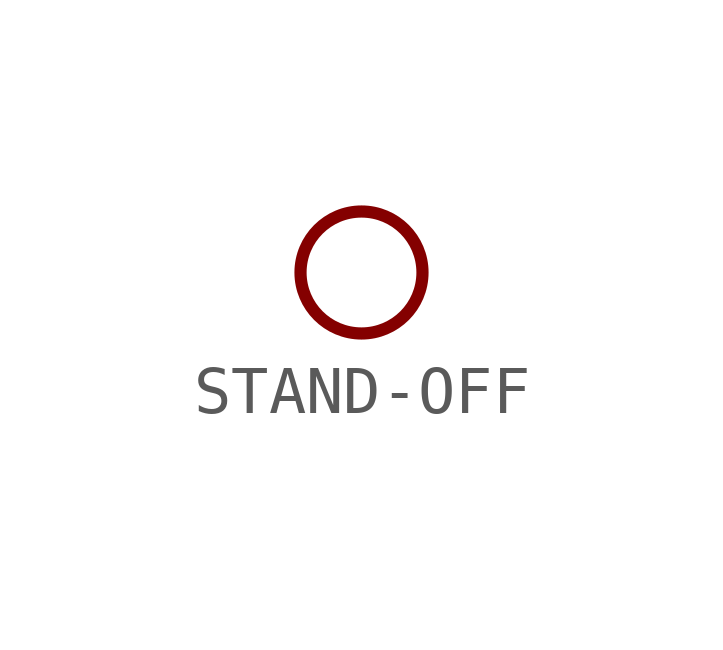
<source format=kicad_sym>
(kicad_symbol_lib
  (version 20231120)
  (generator "kicad_symbol_editor")
  (generator_version "8.0")
  (symbol "STAND-OFF"
    (property "Reference" "STANDOFF"
      (at 0 0 0)
      (effects (font (size 1.27 1.27)) (hide yes)))
    (property "ki_locked" ""
      (at 0 0 0)
      (effects (font (size 1.27 1.27))))
    (symbol "STAND-OFF_1_0"
      (circle (center 0 0) (radius 1.27) (stroke (width 0.254) (type solid)) (fill (type none))))))
</source>
